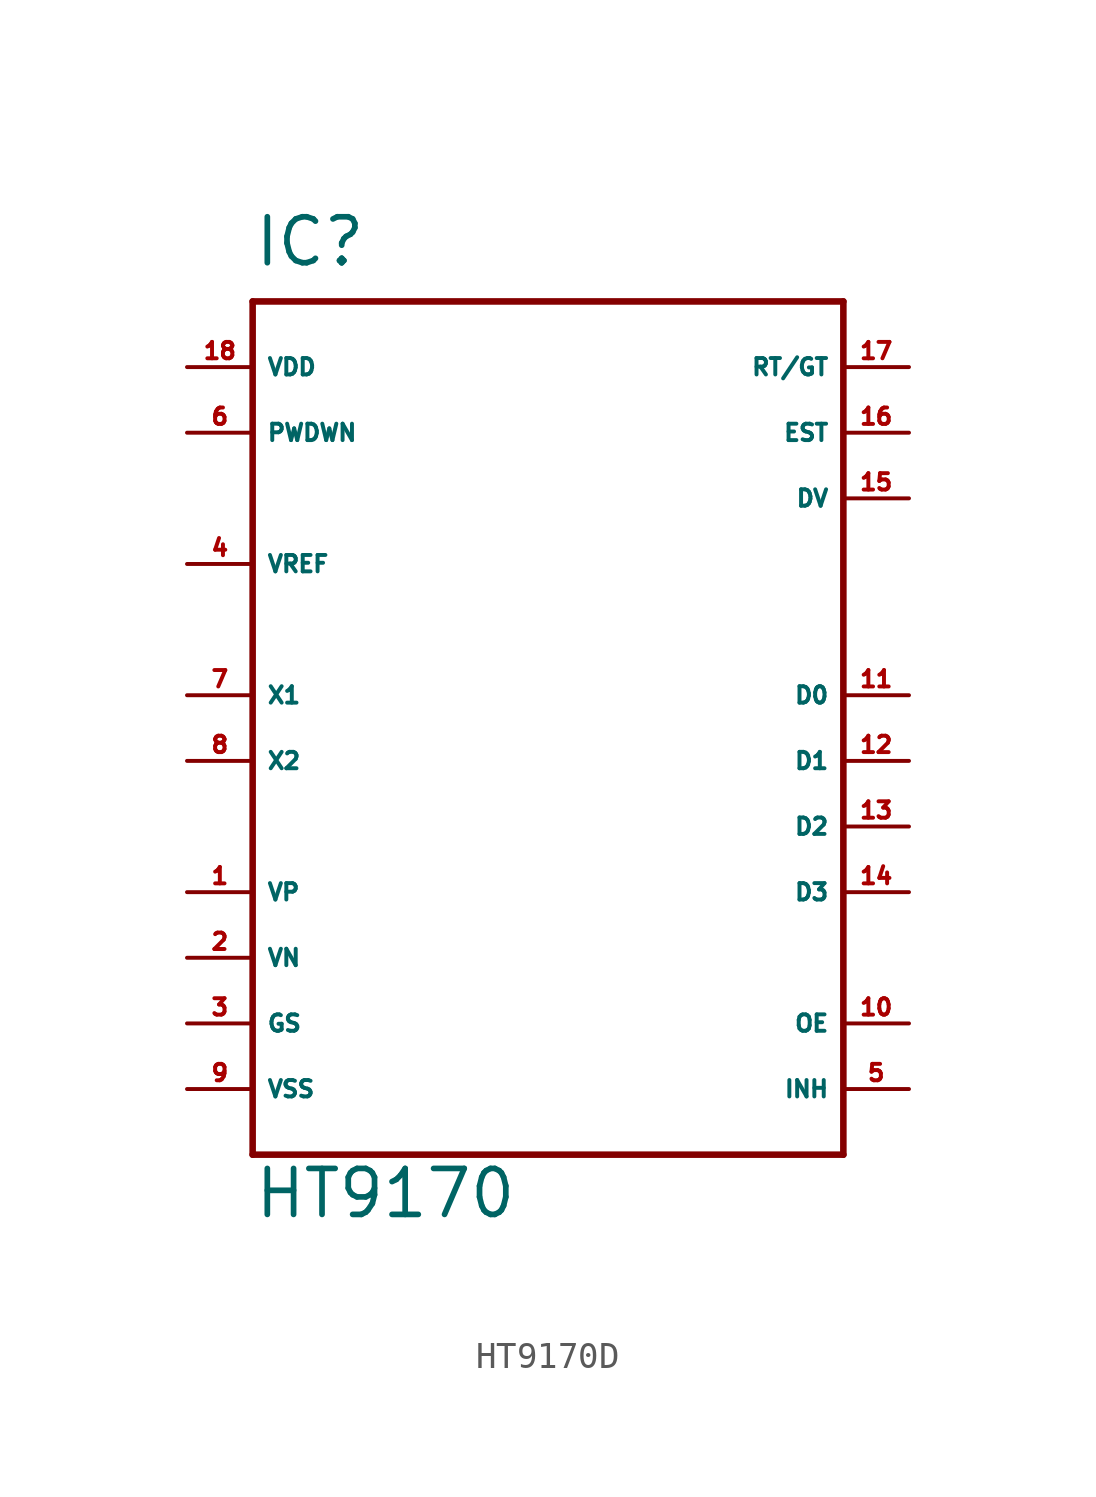
<source format=kicad_sym>
(kicad_symbol_lib
  (version 20220914)
  (generator Eagle2Kicad)
  (symbol "HT9170D"
    (property "Reference" "IC"
      (at -10.16 16.51 0)
      (effects (font (size 1.778 1.778) (thickness 0.22)) (justify left bottom)))
    (property "Value" "HT9170"
      (at -10.16 -20.32 0)
      (effects (font (size 1.778 1.778) (thickness 0.22)) (justify left bottom)))
    (polyline
      (pts (xy -10.16 15.24) (xy 12.7 15.24))
      (stroke (width 0.254) (type default))
      (fill (type none)))
    (polyline
      (pts (xy 12.7 15.24) (xy 12.7 -17.78))
      (stroke (width 0.254) (type default))
      (fill (type none)))
    (polyline
      (pts (xy 12.7 -17.78) (xy -10.16 -17.78))
      (stroke (width 0.254) (type default))
      (fill (type none)))
    (polyline
      (pts (xy -10.16 -17.78) (xy -10.16 15.24))
      (stroke (width 0.254) (type default))
      (fill (type none)))
    (pin input line
      (at -12.7 0 0)
      (length 2.54)
      (name "X1" (effects (font (size 0.635 0.635) (thickness 0.08)) (justify left bottom)))
      (number "7" (effects (font (size 0.635 0.635) (thickness 0.08)) (justify left bottom))))
    (pin output line
      (at -12.7 -2.54 0)
      (length 2.54)
      (name "X2" (effects (font (size 0.635 0.635) (thickness 0.08)) (justify left bottom)))
      (number "8" (effects (font (size 0.635 0.635) (thickness 0.08)) (justify left bottom))))
    (pin input line
      (at -12.7 -7.62 0)
      (length 2.54)
      (name "VP" (effects (font (size 0.635 0.635) (thickness 0.08)) (justify left bottom)))
      (number "1" (effects (font (size 0.635 0.635) (thickness 0.08)) (justify left bottom))))
    (pin input line
      (at -12.7 -10.16 0)
      (length 2.54)
      (name "VN" (effects (font (size 0.635 0.635) (thickness 0.08)) (justify left bottom)))
      (number "2" (effects (font (size 0.635 0.635) (thickness 0.08)) (justify left bottom))))
    (pin passive line
      (at -12.7 -12.7 0)
      (length 2.54)
      (name "GS" (effects (font (size 0.635 0.635) (thickness 0.08)) (justify left bottom)))
      (number "3" (effects (font (size 0.635 0.635) (thickness 0.08)) (justify left bottom))))
    (pin input line
      (at -12.7 10.16 0)
      (length 2.54)
      (name "PWDWN" (effects (font (size 0.635 0.635) (thickness 0.08)) (justify left bottom)))
      (number "6" (effects (font (size 0.635 0.635) (thickness 0.08)) (justify left bottom))))
    (pin output line
      (at -12.7 5.08 0)
      (length 2.54)
      (name "VREF" (effects (font (size 0.635 0.635) (thickness 0.08)) (justify left bottom)))
      (number "4" (effects (font (size 0.635 0.635) (thickness 0.08)) (justify left bottom))))
    (pin bidirectional line
      (at 15.24 12.7 180)
      (length 2.54)
      (name "RT/GT" (effects (font (size 0.635 0.635) (thickness 0.08)) (justify left bottom)))
      (number "17" (effects (font (size 0.635 0.635) (thickness 0.08)) (justify left bottom))))
    (pin output line
      (at 15.24 10.16 180)
      (length 2.54)
      (name "EST" (effects (font (size 0.635 0.635) (thickness 0.08)) (justify left bottom)))
      (number "16" (effects (font (size 0.635 0.635) (thickness 0.08)) (justify left bottom))))
    (pin output line
      (at 15.24 7.62 180)
      (length 2.54)
      (name "DV" (effects (font (size 0.635 0.635) (thickness 0.08)) (justify left bottom)))
      (number "15" (effects (font (size 0.635 0.635) (thickness 0.08)) (justify left bottom))))
    (pin output line
      (at 15.24 0 180)
      (length 2.54)
      (name "D0" (effects (font (size 0.635 0.635) (thickness 0.08)) (justify left bottom)))
      (number "11" (effects (font (size 0.635 0.635) (thickness 0.08)) (justify left bottom))))
    (pin output line
      (at 15.24 -2.54 180)
      (length 2.54)
      (name "D1" (effects (font (size 0.635 0.635) (thickness 0.08)) (justify left bottom)))
      (number "12" (effects (font (size 0.635 0.635) (thickness 0.08)) (justify left bottom))))
    (pin output line
      (at 15.24 -5.08 180)
      (length 2.54)
      (name "D2" (effects (font (size 0.635 0.635) (thickness 0.08)) (justify left bottom)))
      (number "13" (effects (font (size 0.635 0.635) (thickness 0.08)) (justify left bottom))))
    (pin output line
      (at 15.24 -7.62 180)
      (length 2.54)
      (name "D3" (effects (font (size 0.635 0.635) (thickness 0.08)) (justify left bottom)))
      (number "14" (effects (font (size 0.635 0.635) (thickness 0.08)) (justify left bottom))))
    (pin input line
      (at 15.24 -12.7 180)
      (length 2.54)
      (name "OE" (effects (font (size 0.635 0.635) (thickness 0.08)) (justify left bottom)))
      (number "10" (effects (font (size 0.635 0.635) (thickness 0.08)) (justify left bottom))))
    (pin input line
      (at 15.24 -15.24 180)
      (length 2.54)
      (name "INH" (effects (font (size 0.635 0.635) (thickness 0.08)) (justify left bottom)))
      (number "5" (effects (font (size 0.635 0.635) (thickness 0.08)) (justify left bottom))))
    (pin unspecified line
      (at -12.7 -15.24 0)
      (length 2.54)
      (name "VSS" (effects (font (size 0.635 0.635) (thickness 0.08)) (justify left bottom)))
      (number "9" (effects (font (size 0.635 0.635) (thickness 0.08)) (justify left bottom))))
    (pin unspecified line
      (at -12.7 12.7 0)
      (length 2.54)
      (name "VDD" (effects (font (size 0.635 0.635) (thickness 0.08)) (justify left bottom)))
      (number "18" (effects (font (size 0.635 0.635) (thickness 0.08)) (justify left bottom))))))
</source>
